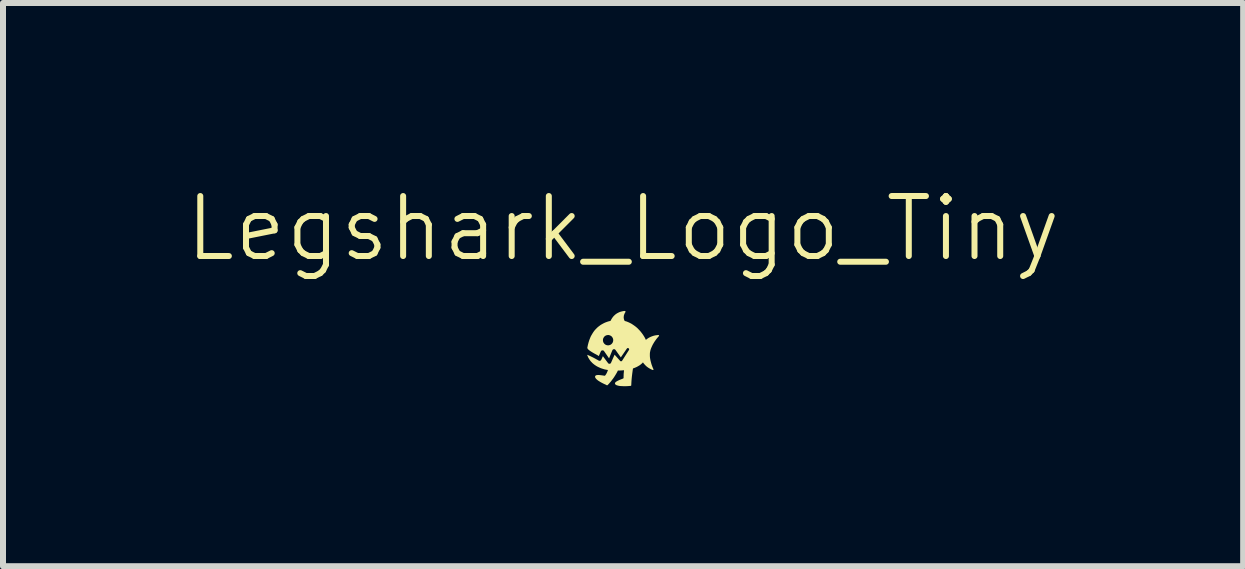
<source format=kicad_pcb>
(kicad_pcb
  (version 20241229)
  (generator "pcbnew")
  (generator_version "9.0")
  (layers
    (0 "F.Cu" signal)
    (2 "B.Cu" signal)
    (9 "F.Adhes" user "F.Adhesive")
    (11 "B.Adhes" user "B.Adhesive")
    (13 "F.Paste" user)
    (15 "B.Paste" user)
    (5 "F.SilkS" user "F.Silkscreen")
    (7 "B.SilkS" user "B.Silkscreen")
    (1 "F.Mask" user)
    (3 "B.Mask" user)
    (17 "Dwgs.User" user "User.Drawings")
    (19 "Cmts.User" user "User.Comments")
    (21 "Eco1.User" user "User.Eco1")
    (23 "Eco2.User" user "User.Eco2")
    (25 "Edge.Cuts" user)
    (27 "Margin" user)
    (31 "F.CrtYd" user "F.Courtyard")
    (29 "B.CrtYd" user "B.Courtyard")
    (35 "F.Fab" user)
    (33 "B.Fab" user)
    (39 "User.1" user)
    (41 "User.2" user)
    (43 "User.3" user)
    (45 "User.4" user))
  (footprint "Legshark_Logo_Tiny"
    (layer "F.Cu")
    (at 7.336 2.76)
    (property "Reference" "Legshark_Logo_Tiny" (at 0 -2 0) (unlocked yes) (layer "F.SilkS") (effects (font (size 1 1) (thickness 0.1))))
    (fp_poly (pts (xy 0.588 -0.226) (xy 0.589 -0.225) (xy 0.59 -0.225) (xy 0.59 -0.225) (xy 0.591 -0.225) (xy 0.592 -0.225) (xy 0.593 -0.224) (xy 0.593 -0.224) (xy 0.594 -0.224) (xy 0.595 -0.223) (xy 0.595 -0.223) (xy 0.596 -0.222) (xy 0.596 -0.222) (xy 0.597 -0.221) (xy 0.597 -0.221) (xy 0.597 -0.22) (xy 0.598 -0.219) (xy 0.598 -0.219) (xy 0.598 -0.218) (xy 0.599 -0.218) (xy 0.599 -0.217) (xy 0.599 -0.216) (xy 0.599 -0.216) (xy 0.599 -0.215) (xy 0.599 -0.214) (xy 0.599 -0.213) (xy 0.599 -0.213) (xy 0.599 -0.212) (xy 0.599 -0.211) (xy 0.598 -0.211) (xy 0.598 -0.21) (xy 0.598 -0.21) (xy 0.579 -0.188) (xy 0.558 -0.163) (xy 0.534 -0.13) (xy 0.521 -0.111) (xy 0.509 -0.091) (xy 0.496 -0.069) (xy 0.485 -0.047) (xy 0.474 -0.023) (xy 0.464 0.000445) (xy 0.456 0.025) (xy 0.451 0.049) (xy 0.448 0.062) (xy 0.447 0.074) (xy 0.446 0.087) (xy 0.446 0.1) (xy 0.446 0.113) (xy 0.446 0.126) (xy 0.447 0.138) (xy 0.448 0.151) (xy 0.45 0.164) (xy 0.452 0.176) (xy 0.457 0.201) (xy 0.463 0.224) (xy 0.469 0.247) (xy 0.475 0.267) (xy 0.482 0.286) (xy 0.488 0.303) (xy 0.494 0.318) (xy 0.503 0.338) (xy 0.507 0.345) (xy 0.507 0.346) (xy 0.507 0.347) (xy 0.507 0.347) (xy 0.507 0.348) (xy 0.507 0.349) (xy 0.506 0.35) (xy 0.506 0.35) (xy 0.506 0.351) (xy 0.506 0.352) (xy 0.505 0.352) (xy 0.505 0.353) (xy 0.505 0.353) (xy 0.504 0.354) (xy 0.504 0.354) (xy 0.503 0.355) (xy 0.502 0.355) (xy 0.502 0.356) (xy 0.501 0.356) (xy 0.501 0.356) (xy 0.5 0.357) (xy 0.499 0.357) (xy 0.499 0.357) (xy 0.498 0.357) (xy 0.497 0.357) (xy 0.496 0.357) (xy 0.496 0.357) (xy 0.495 0.357) (xy 0.494 0.357) (xy 0.493 0.357) (xy 0.492 0.357) (xy 0.492 0.357) (xy 0.491 0.356) (xy 0.465 0.345) (xy 0.441 0.332) (xy 0.418 0.318) (xy 0.396 0.302) (xy 0.376 0.284) (xy 0.358 0.265) (xy 0.341 0.245) (xy 0.326 0.223) (xy 0.313 0.201) (xy 0.302 0.178) (xy 0.298 0.166) (xy 0.293 0.153) (xy 0.29 0.141) (xy 0.287 0.129) (xy 0.284 0.116) (xy 0.282 0.103) (xy 0.281 0.09) (xy 0.28 0.078) (xy 0.28 0.064) (xy 0.281 0.051) (xy 0.282 0.038) (xy 0.284 0.025) (xy 0.286 0.012) (xy 0.289 -0.001) (xy 0.293 -0.014) (xy 0.297 -0.026) (xy 0.302 -0.038) (xy 0.307 -0.05) (xy 0.313 -0.062) (xy 0.319 -0.073) (xy 0.326 -0.084) (xy 0.333 -0.095) (xy 0.341 -0.105) (xy 0.35 -0.115) (xy 0.367 -0.134) (xy 0.387 -0.151) (xy 0.408 -0.167) (xy 0.43 -0.181) (xy 0.454 -0.193) (xy 0.478 -0.203) (xy 0.504 -0.212) (xy 0.531 -0.219) (xy 0.558 -0.223) (xy 0.586 -0.226) (xy 0.587 -0.226)) (stroke (width 0) (type solid)) (fill yes) (layer "F.SilkS"))
    (fp_poly (pts (xy 0.029 -0.627) (xy 0.03 -0.627) (xy 0.031 -0.627) (xy 0.032 -0.627) (xy 0.032 -0.626) (xy 0.033 -0.626) (xy 0.034 -0.625) (xy 0.035 -0.625) (xy 0.035 -0.625) (xy 0.036 -0.624) (xy 0.037 -0.623) (xy 0.037 -0.623) (xy 0.038 -0.622) (xy 0.038 -0.621) (xy 0.039 -0.621) (xy 0.039 -0.62) (xy 0.039 -0.619) (xy 0.04 -0.618) (xy 0.04 -0.617) (xy 0.04 -0.617) (xy 0.04 -0.616) (xy 0.04 -0.615) (xy 0.04 -0.614) (xy 0.04 -0.613) (xy 0.04 -0.612) (xy 0.04 -0.611) (xy 0.04 -0.61) (xy 0.039 -0.61) (xy 0.039 -0.609) (xy 0.039 -0.608) (xy 0.038 -0.607) (xy 0.034 -0.601) (xy 0.031 -0.595) (xy 0.027 -0.588) (xy 0.023 -0.58) (xy 0.02 -0.572) (xy 0.017 -0.564) (xy 0.014 -0.555) (xy 0.012 -0.546) (xy 0.011 -0.536) (xy 0.01 -0.526) (xy 0.01 -0.516) (xy 0.01 -0.511) (xy 0.011 -0.505) (xy 0.012 -0.5) (xy 0.013 -0.495) (xy 0.014 -0.489) (xy 0.016 -0.484) (xy 0.018 -0.478) (xy 0.02 -0.473) (xy 0.023 -0.467) (xy 0.026 -0.462) (xy 0.026 -0.461) (xy 0.026 -0.461) (xy 0.026 -0.461) (xy 0.027 -0.461) (xy 0.027 -0.461) (xy 0.027 -0.46) (xy 0.027 -0.46) (xy 0.027 -0.46) (xy 0.041 -0.456) (xy 0.056 -0.452) (xy 0.084 -0.441) (xy 0.112 -0.428) (xy 0.139 -0.414) (xy 0.165 -0.397) (xy 0.191 -0.379) (xy 0.216 -0.36) (xy 0.24 -0.339) (xy 0.262 -0.316) (xy 0.284 -0.293) (xy 0.304 -0.268) (xy 0.323 -0.243) (xy 0.341 -0.216) (xy 0.357 -0.19) (xy 0.371 -0.163) (xy 0.384 -0.135) (xy 0.384 -0.135) (xy 0.375 0.163) (xy 0.367 0.179) (xy 0.359 0.193) (xy 0.35 0.207) (xy 0.339 0.22) (xy 0.328 0.233) (xy 0.317 0.245) (xy 0.304 0.256) (xy 0.291 0.267) (xy 0.278 0.277) (xy 0.263 0.286) (xy 0.248 0.295) (xy 0.233 0.303) (xy 0.217 0.311) (xy 0.2 0.318) (xy 0.183 0.325) (xy 0.165 0.331) (xy 0.161 0.353) (xy 0.158 0.375) (xy 0.152 0.419) (xy 0.147 0.46) (xy 0.143 0.499) (xy 0.14 0.535) (xy 0.138 0.566) (xy 0.136 0.609) (xy 0.136 0.61) (xy 0.136 0.61) (xy 0.136 0.611) (xy 0.136 0.612) (xy 0.136 0.612) (xy 0.136 0.613) (xy 0.136 0.614) (xy 0.135 0.614) (xy 0.135 0.615) (xy 0.135 0.615) (xy 0.134 0.616) (xy 0.134 0.616) (xy 0.134 0.617) (xy 0.133 0.617) (xy 0.133 0.618) (xy 0.133 0.618) (xy 0.132 0.619) (xy 0.132 0.619) (xy 0.131 0.619) (xy 0.131 0.62) (xy 0.13 0.62) (xy 0.13 0.621) (xy 0.129 0.621) (xy 0.128 0.621) (xy 0.128 0.621) (xy 0.127 0.622) (xy 0.127 0.622) (xy 0.126 0.622) (xy 0.125 0.622) (xy 0.125 0.622) (xy 0.124 0.622) (xy 0.123 0.622) (xy 0.088 0.625) (xy 0.05 0.627) (xy 0.007 0.627) (xy -0.016 0.626) (xy -0.038 0.625) (xy -0.06 0.623) (xy -0.08 0.619) (xy -0.098 0.614) (xy -0.106 0.612) (xy -0.113 0.608) (xy -0.119 0.605) (xy -0.125 0.601) (xy -0.129 0.597) (xy -0.133 0.592) (xy -0.134 0.588) (xy -0.135 0.585) (xy -0.136 0.582) (xy -0.136 0.578) (xy -0.135 0.575) (xy -0.134 0.572) (xy -0.132 0.569) (xy -0.13 0.565) (xy -0.127 0.562) (xy -0.124 0.559) (xy -0.117 0.553) (xy -0.109 0.548) (xy -0.099 0.542) (xy -0.088 0.536) (xy -0.077 0.531) (xy -0.053 0.52) (xy -0.004 0.501) (xy -0.003 0.5) (xy -0.001 0.5) (xy -0.000197 0.499) (xy 0.001 0.498) (xy 0.002 0.498) (xy 0.003 0.497) (xy 0.004 0.496) (xy 0.005 0.495) (xy 0.005 0.495) (xy 0.006 0.495) (xy 0.006 0.494) (xy 0.006 0.494) (xy 0.007 0.493) (xy 0.007 0.493) (xy 0.007 0.492) (xy 0.007 0.492) (xy 0.008 0.491) (xy 0.008 0.49) (xy 0.008 0.49) (xy 0.008 0.489) (xy 0.008 0.489) (xy 0.008 0.488) (xy 0.008 0.487) (xy 0.008 0.487) (xy 0.008 0.474) (xy 0.008 0.46) (xy 0.009 0.445) (xy 0.009 0.43) (xy 0.01 0.413) (xy 0.012 0.396) (xy 0.015 0.361) (xy 0.003 0.362) (xy -0.01 0.363) (xy -0.022 0.364) (xy -0.035 0.365) (xy -0.061 0.366) (xy -0.087 0.366) (xy -0.099 0.391) (xy -0.112 0.414) (xy -0.125 0.436) (xy -0.138 0.457) (xy -0.151 0.477) (xy -0.164 0.496) (xy -0.177 0.513) (xy -0.189 0.529) (xy -0.2 0.544) (xy -0.211 0.557) (xy -0.222 0.569) (xy -0.231 0.58) (xy -0.247 0.597) (xy -0.258 0.608) (xy -0.259 0.609) (xy -0.26 0.61) (xy -0.261 0.61) (xy -0.261 0.611) (xy -0.262 0.611) (xy -0.263 0.611) (xy -0.264 0.612) (xy -0.265 0.612) (xy -0.266 0.612) (xy -0.267 0.612) (xy -0.268 0.612) (xy -0.269 0.612) (xy -0.27 0.612) (xy -0.271 0.611) (xy -0.272 0.611) (xy -0.273 0.611) (xy -0.291 0.601) (xy -0.318 0.589) (xy -0.35 0.573) (xy -0.367 0.564) (xy -0.384 0.554) (xy -0.4 0.544) (xy -0.416 0.534) (xy -0.43 0.523) (xy -0.436 0.517) (xy -0.443 0.512) (xy -0.448 0.506) (xy -0.453 0.501) (xy -0.457 0.495) (xy -0.461 0.49) (xy -0.464 0.484) (xy -0.466 0.478) (xy -0.467 0.473) (xy -0.467 0.467) (xy -0.467 0.464) (xy -0.466 0.46) (xy -0.464 0.457) (xy -0.462 0.454) (xy -0.46 0.452) (xy -0.457 0.45) (xy -0.454 0.448) (xy -0.451 0.446) (xy -0.447 0.445) (xy -0.443 0.443) (xy -0.434 0.442) (xy -0.423 0.441) (xy -0.412 0.441) (xy -0.401 0.441) (xy -0.388 0.442) (xy -0.363 0.445) (xy -0.313 0.452) (xy -0.312 0.453) (xy -0.311 0.453) (xy -0.31 0.453) (xy -0.31 0.453) (xy -0.309 0.453) (xy -0.308 0.453) (xy -0.307 0.453) (xy -0.306 0.453) (xy -0.305 0.452) (xy -0.304 0.452) (xy -0.304 0.452) (xy -0.303 0.452) (xy -0.303 0.452) (xy -0.302 0.451) (xy -0.302 0.451) (xy -0.302 0.451) (xy -0.301 0.451) (xy -0.301 0.45) (xy -0.3 0.45) (xy -0.3 0.45) (xy -0.3 0.449) (xy -0.299 0.449) (xy -0.296 0.444) (xy -0.292 0.439) (xy -0.288 0.434) (xy -0.285 0.429) (xy -0.282 0.424) (xy -0.279 0.418) (xy -0.275 0.412) (xy -0.272 0.407) (xy -0.27 0.401) (xy -0.267 0.395) (xy -0.262 0.383) (xy -0.257 0.37) (xy -0.253 0.357) (xy -0.283 0.352) (xy -0.312 0.346) (xy -0.341 0.337) (xy -0.369 0.328) (xy -0.396 0.316) (xy -0.422 0.304) (xy -0.447 0.29) (xy -0.459 0.282) (xy -0.471 0.274) (xy -0.482 0.266) (xy -0.493 0.257) (xy -0.504 0.248) (xy -0.514 0.239) (xy -0.523 0.229) (xy -0.533 0.219) (xy -0.542 0.209) (xy -0.55 0.198) (xy -0.558 0.187) (xy -0.565 0.176) (xy -0.572 0.165) (xy -0.579 0.153) (xy -0.585 0.141) (xy -0.59 0.128) (xy -0.595 0.116) (xy -0.599 0.103) (xy -0.583 0.11) (xy -0.566 0.117) (xy -0.549 0.125) (xy -0.533 0.133) (xy -0.5 0.149) (xy -0.47 0.165) (xy -0.445 0.179) (xy -0.424 0.19) (xy -0.406 0.201) (xy -0.403 0.202) (xy -0.402 0.202) (xy -0.401 0.203) (xy -0.399 0.203) (xy -0.398 0.204) (xy -0.396 0.204) (xy -0.395 0.204) (xy -0.393 0.204) (xy -0.392 0.204) (xy -0.391 0.204) (xy -0.389 0.204) (xy -0.388 0.204) (xy -0.386 0.204) (xy -0.385 0.203) (xy -0.384 0.203) (xy -0.382 0.203) (xy -0.381 0.202) (xy -0.38 0.201) (xy -0.378 0.201) (xy -0.377 0.2) (xy -0.376 0.199) (xy -0.375 0.199) (xy -0.374 0.198) (xy -0.372 0.197) (xy -0.371 0.196) (xy -0.37 0.195) (xy -0.369 0.194) (xy -0.368 0.193) (xy -0.368 0.191) (xy -0.367 0.19) (xy -0.366 0.189) (xy -0.365 0.188) (xy -0.364 0.186) (xy -0.337 0.127) (xy -0.251 0.242) (xy -0.25 0.244) (xy -0.249 0.245) (xy -0.247 0.246) (xy -0.246 0.247) (xy -0.245 0.248) (xy -0.244 0.249) (xy -0.243 0.25) (xy -0.241 0.25) (xy -0.24 0.251) (xy -0.239 0.252) (xy -0.237 0.252) (xy -0.236 0.253) (xy -0.234 0.253) (xy -0.233 0.253) (xy -0.232 0.253) (xy -0.23 0.254) (xy -0.229 0.254) (xy -0.228 0.254) (xy -0.227 0.254) (xy -0.226 0.254) (xy -0.225 0.253) (xy -0.224 0.253) (xy -0.222 0.253) (xy -0.221 0.253) (xy -0.22 0.253) (xy -0.219 0.252) (xy -0.218 0.252) (xy -0.217 0.252) (xy -0.216 0.251) (xy -0.215 0.251) (xy -0.214 0.25) (xy -0.213 0.25) (xy -0.212 0.249) (xy -0.211 0.249) (xy -0.21 0.248) (xy -0.21 0.247) (xy -0.209 0.247) (xy -0.208 0.246) (xy -0.207 0.245) (xy -0.206 0.244) (xy -0.206 0.243) (xy -0.205 0.242) (xy -0.204 0.241) (xy -0.204 0.24) (xy -0.203 0.239) (xy -0.202 0.238) (xy -0.202 0.237) (xy -0.201 0.236) (xy -0.168 0.16) (xy -0.142 0.102) (xy -0.074 0.178) (xy -0.051 0.204) (xy -0.05 0.205) (xy -0.049 0.206) (xy -0.049 0.207) (xy -0.048 0.207) (xy -0.047 0.208) (xy -0.046 0.209) (xy -0.046 0.209) (xy -0.045 0.209) (xy -0.044 0.21) (xy -0.043 0.211) (xy -0.041 0.211) (xy -0.04 0.212) (xy -0.038 0.212) (xy -0.036 0.212) (xy -0.035 0.212) (xy -0.033 0.212) (xy -0.031 0.212) (xy -0.03 0.212) (xy -0.028 0.211) (xy -0.026 0.211) (xy -0.025 0.21) (xy -0.024 0.21) (xy -0.023 0.209) (xy -0.022 0.209) (xy -0.022 0.208) (xy -0.021 0.208) (xy -0.02 0.207) (xy -0.02 0.207) (xy -0.019 0.206) (xy -0.018 0.205) (xy -0.018 0.205) (xy -0.017 0.204) (xy -0.017 0.203) (xy -0.016 0.202) (xy -0.016 0.201) (xy -0.015 0.201) (xy -0.015 0.2) (xy 0.098 0.023) (xy 0.099 0.02) (xy 0.1 0.018) (xy 0.1 0.016) (xy 0.101 0.013) (xy 0.1 0.011) (xy 0.1 0.009) (xy 0.1 0.007) (xy 0.099 0.005) (xy 0.098 0.003) (xy 0.097 0.001) (xy 0.096 -0.00018) (xy 0.095 -0.002) (xy 0.093 -0.003) (xy 0.092 -0.004) (xy 0.09 -0.005) (xy 0.088 -0.006) (xy 0.087 -0.007) (xy 0.085 -0.008) (xy 0.083 -0.008) (xy 0.081 -0.008) (xy 0.079 -0.009) (xy 0.077 -0.008) (xy 0.075 -0.008) (xy 0.073 -0.008) (xy 0.071 -0.007) (xy 0.07 -0.006) (xy 0.068 -0.005) (xy 0.066 -0.004) (xy 0.065 -0.002) (xy 0.063 -0.000368) (xy 0.062 0.002) (xy 0.06 0.004) (xy -0.038 0.147) (xy -0.127 0.023) (xy -0.129 0.021) (xy -0.13 0.019) (xy -0.132 0.018) (xy -0.133 0.016) (xy -0.135 0.015) (xy -0.137 0.014) (xy -0.138 0.013) (xy -0.14 0.012) (xy -0.142 0.012) (xy -0.144 0.011) (xy -0.146 0.011) (xy -0.148 0.01) (xy -0.15 0.01) (xy -0.152 0.01) (xy -0.154 0.01) (xy -0.156 0.011) (xy -0.158 0.011) (xy -0.159 0.011) (xy -0.161 0.012) (xy -0.163 0.013) (xy -0.165 0.014) (xy -0.167 0.014) (xy -0.168 0.016) (xy -0.17 0.017) (xy -0.172 0.018) (xy -0.173 0.019) (xy -0.174 0.021) (xy -0.176 0.023) (xy -0.177 0.024) (xy -0.178 0.026) (xy -0.179 0.028) (xy -0.18 0.03) (xy -0.234 0.163) (xy -0.317 0.043) (xy -0.318 0.041) (xy -0.32 0.04) (xy -0.321 0.038) (xy -0.323 0.037) (xy -0.324 0.035) (xy -0.326 0.034) (xy -0.328 0.033) (xy -0.33 0.032) (xy -0.332 0.031) (xy -0.334 0.031) (xy -0.336 0.03) (xy -0.338 0.03) (xy -0.34 0.03) (xy -0.342 0.029) (xy -0.344 0.029) (xy -0.346 0.03) (xy -0.348 0.03) (xy -0.35 0.03) (xy -0.352 0.031) (xy -0.354 0.031) (xy -0.356 0.032) (xy -0.358 0.033) (xy -0.36 0.034) (xy -0.361 0.035) (xy -0.363 0.037) (xy -0.365 0.038) (xy -0.366 0.04) (xy -0.368 0.041) (xy -0.369 0.043) (xy -0.37 0.045) (xy -0.371 0.047) (xy -0.372 0.049) (xy -0.405 0.125) (xy -0.413 0.12) (xy -0.423 0.113) (xy -0.45 0.098) (xy -0.482 0.081) (xy -0.516 0.061) (xy -0.532 0.051) (xy -0.547 0.041) (xy -0.561 0.031) (xy -0.574 0.021) (xy -0.579 0.016) (xy -0.584 0.011) (xy -0.588 0.007) (xy -0.591 0.002) (xy -0.593 -0.003) (xy -0.595 -0.007) (xy -0.596 -0.011) (xy -0.596 -0.015) (xy -0.587 -0.06) (xy -0.576 -0.102) (xy -0.564 -0.14) (xy -0.336 -0.14) (xy -0.336 -0.135) (xy -0.336 -0.13) (xy -0.335 -0.126) (xy -0.334 -0.121) (xy -0.333 -0.117) (xy -0.332 -0.112) (xy -0.33 -0.108) (xy -0.329 -0.104) (xy -0.327 -0.1) (xy -0.324 -0.096) (xy -0.322 -0.092) (xy -0.319 -0.089) (xy -0.317 -0.085) (xy -0.314 -0.082) (xy -0.311 -0.079) (xy -0.308 -0.076) (xy -0.304 -0.073) (xy -0.301 -0.07) (xy -0.297 -0.067) (xy -0.293 -0.065) (xy -0.289 -0.063) (xy -0.285 -0.061) (xy -0.281 -0.059) (xy -0.277 -0.058) (xy -0.272 -0.057) (xy -0.268 -0.056) (xy -0.263 -0.055) (xy -0.259 -0.054) (xy -0.254 -0.054) (xy -0.249 -0.054) (xy -0.244 -0.054) (xy -0.24 -0.054) (xy -0.237 -0.055) (xy -0.233 -0.056) (xy -0.229 -0.057) (xy -0.225 -0.058) (xy -0.221 -0.059) (xy -0.218 -0.06) (xy -0.214 -0.062) (xy -0.211 -0.064) (xy -0.208 -0.065) (xy -0.204 -0.067) (xy -0.201 -0.07) (xy -0.198 -0.072) (xy -0.195 -0.074) (xy -0.192 -0.077) (xy -0.19 -0.079) (xy -0.187 -0.082) (xy -0.185 -0.085) (xy -0.182 -0.088) (xy -0.18 -0.091) (xy -0.178 -0.094) (xy -0.176 -0.098) (xy -0.174 -0.101) (xy -0.172 -0.104) (xy -0.171 -0.108) (xy -0.17 -0.112) (xy -0.168 -0.115) (xy -0.167 -0.119) (xy -0.167 -0.123) (xy -0.166 -0.127) (xy -0.165 -0.131) (xy -0.165 -0.135) (xy -0.165 -0.139) (xy -0.165 -0.144) (xy -0.165 -0.149) (xy -0.166 -0.154) (xy -0.167 -0.158) (xy -0.168 -0.163) (xy -0.169 -0.167) (xy -0.171 -0.171) (xy -0.173 -0.175) (xy -0.175 -0.179) (xy -0.177 -0.183) (xy -0.179 -0.187) (xy -0.182 -0.191) (xy -0.184 -0.194) (xy -0.187 -0.198) (xy -0.19 -0.201) (xy -0.194 -0.204) (xy -0.197 -0.207) (xy -0.201 -0.209) (xy -0.204 -0.212) (xy -0.208 -0.214) (xy -0.212 -0.216) (xy -0.216 -0.218) (xy -0.22 -0.22) (xy -0.224 -0.221) (xy -0.229 -0.223) (xy -0.233 -0.224) (xy -0.238 -0.225) (xy -0.242 -0.225) (xy -0.247 -0.226) (xy -0.252 -0.226) (xy -0.257 -0.225) (xy -0.261 -0.225) (xy -0.265 -0.224) (xy -0.268 -0.224) (xy -0.272 -0.223) (xy -0.276 -0.222) (xy -0.28 -0.22) (xy -0.283 -0.219) (xy -0.287 -0.218) (xy -0.29 -0.216) (xy -0.294 -0.214) (xy -0.297 -0.212) (xy -0.3 -0.21) (xy -0.303 -0.208) (xy -0.306 -0.205) (xy -0.309 -0.203) (xy -0.312 -0.2) (xy -0.314 -0.197) (xy -0.317 -0.194) (xy -0.319 -0.191) (xy -0.321 -0.188) (xy -0.323 -0.185) (xy -0.325 -0.182) (xy -0.327 -0.178) (xy -0.329 -0.175) (xy -0.33 -0.171) (xy -0.332 -0.168) (xy -0.333 -0.164) (xy -0.334 -0.16) (xy -0.335 -0.157) (xy -0.335 -0.153) (xy -0.336 -0.149) (xy -0.336 -0.145) (xy -0.336 -0.14) (xy -0.564 -0.14) (xy -0.563 -0.143) (xy -0.548 -0.181) (xy -0.54 -0.2) (xy -0.531 -0.217) (xy -0.521 -0.234) (xy -0.511 -0.251) (xy -0.501 -0.267) (xy -0.49 -0.283) (xy -0.479 -0.298) (xy -0.467 -0.312) (xy -0.454 -0.326) (xy -0.441 -0.339) (xy -0.428 -0.352) (xy -0.414 -0.364) (xy -0.399 -0.375) (xy -0.385 -0.386) (xy -0.369 -0.397) (xy -0.353 -0.406) (xy -0.337 -0.415) (xy -0.32 -0.424) (xy -0.303 -0.432) (xy -0.285 -0.439) (xy -0.266 -0.446) (xy -0.248 -0.452) (xy -0.228 -0.457) (xy -0.209 -0.462) (xy -0.2 -0.481) (xy -0.193 -0.492) (xy -0.186 -0.504) (xy -0.177 -0.517) (xy -0.167 -0.53) (xy -0.156 -0.543) (xy -0.142 -0.556) (xy -0.128 -0.569) (xy -0.111 -0.581) (xy -0.102 -0.587) (xy -0.093 -0.592) (xy -0.083 -0.597) (xy -0.073 -0.602) (xy -0.062 -0.607) (xy -0.051 -0.611) (xy -0.039 -0.615) (xy -0.027 -0.618) (xy -0.014 -0.621) (xy -0.001 -0.624) (xy 0.013 -0.626) (xy 0.027 -0.627) (xy 0.028 -0.627)) (stroke (width 0) (type solid)) (fill yes) (layer "F.SilkS")))
  (gr_rect
    (start -3 -3)
    (end 17.671 6.388)
    (stroke (width 0.1) (type default))
    (fill no)
    (layer "Edge.Cuts")))
</source>
